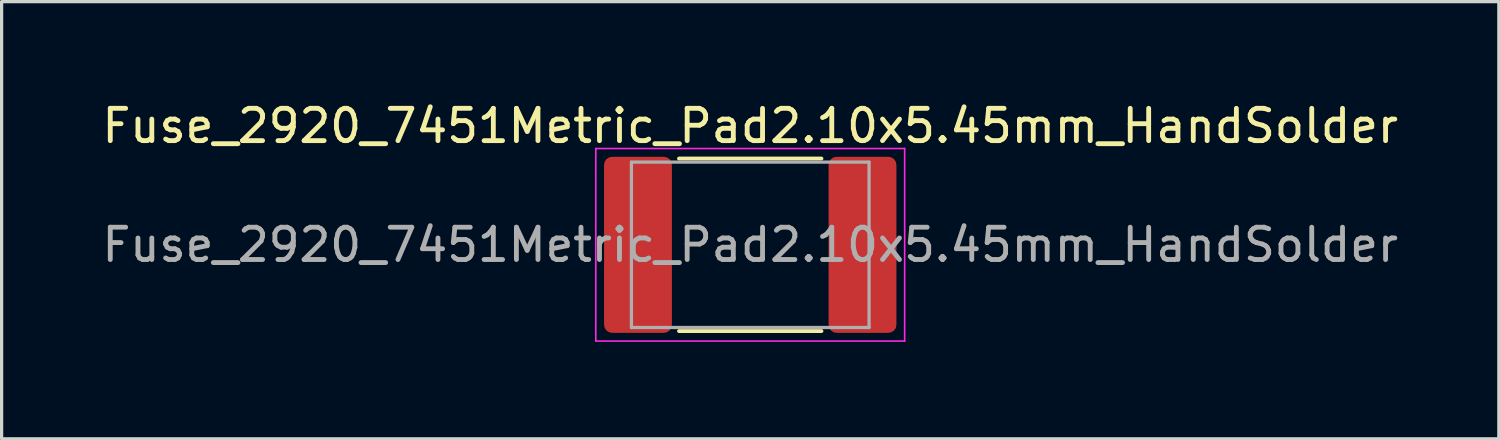
<source format=kicad_pcb>
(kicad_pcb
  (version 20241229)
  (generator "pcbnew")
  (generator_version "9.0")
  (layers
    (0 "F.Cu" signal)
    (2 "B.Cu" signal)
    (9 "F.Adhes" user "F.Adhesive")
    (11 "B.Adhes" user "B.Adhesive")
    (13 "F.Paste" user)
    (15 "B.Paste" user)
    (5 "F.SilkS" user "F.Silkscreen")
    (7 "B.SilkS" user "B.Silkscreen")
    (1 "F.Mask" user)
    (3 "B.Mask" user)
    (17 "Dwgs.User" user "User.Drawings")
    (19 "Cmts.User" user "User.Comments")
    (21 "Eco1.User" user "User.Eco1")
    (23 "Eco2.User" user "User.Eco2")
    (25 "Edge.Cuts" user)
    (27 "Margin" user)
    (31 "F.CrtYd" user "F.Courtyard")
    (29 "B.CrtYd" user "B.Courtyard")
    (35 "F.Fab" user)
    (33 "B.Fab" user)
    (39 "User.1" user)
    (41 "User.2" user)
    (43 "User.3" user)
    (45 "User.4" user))
  (footprint "Fuse_2920_7451Metric_Pad2.10x5.45mm_HandSolder"
    (layer "F.Cu")
    (at 20.173 4.528)
    (property "Reference" "Fuse_2920_7451Metric_Pad2.10x5.45mm_HandSolder" (at 0 -3.68 0) (layer "F.SilkS") (effects (font (size 1 1) (thickness 0.15))))
    (attr smd)
    (fp_line (start -2.204 -2.67) (end 2.204 -2.67) (stroke (width 0.12) (type solid)) (layer "F.SilkS"))
    (fp_line (start -2.204 2.67) (end 2.204 2.67) (stroke (width 0.12) (type solid)) (layer "F.SilkS"))
    (fp_line (start -4.78 -2.98) (end 4.78 -2.98) (stroke (width 0.05) (type solid)) (layer "F.CrtYd"))
    (fp_line (start -4.78 2.98) (end -4.78 -2.98) (stroke (width 0.05) (type solid)) (layer "F.CrtYd"))
    (fp_line (start 4.78 -2.98) (end 4.78 2.98) (stroke (width 0.05) (type solid)) (layer "F.CrtYd"))
    (fp_line (start 4.78 2.98) (end -4.78 2.98) (stroke (width 0.05) (type solid)) (layer "F.CrtYd"))
    (fp_line (start -3.678 -2.56) (end 3.678 -2.56) (stroke (width 0.1) (type solid)) (layer "F.Fab"))
    (fp_line (start -3.678 2.56) (end -3.678 -2.56) (stroke (width 0.1) (type solid)) (layer "F.Fab"))
    (fp_line (start 3.678 -2.56) (end 3.678 2.56) (stroke (width 0.1) (type solid)) (layer "F.Fab"))
    (fp_line (start 3.678 2.56) (end -3.678 2.56) (stroke (width 0.1) (type solid)) (layer "F.Fab"))
    (fp_text user "${REFERENCE}" (at 0 0 0) (layer "F.Fab") (effects (font (size 1 1) (thickness 0.15))))
    (pad "1" smd roundrect (at -3.475 0) (size 2.1 5.45) (layers "F.Cu" "F.Mask" "F.Paste") (roundrect_rratio 0.119))
    (pad "2" smd roundrect (at 3.475 0) (size 2.1 5.45) (layers "F.Cu" "F.Mask" "F.Paste") (roundrect_rratio 0.119)))
  (gr_rect
    (start -3 -3)
    (end 43.345 10.533)
    (stroke (width 0.1) (type default))
    (fill no)
    (layer "Edge.Cuts")))
</source>
